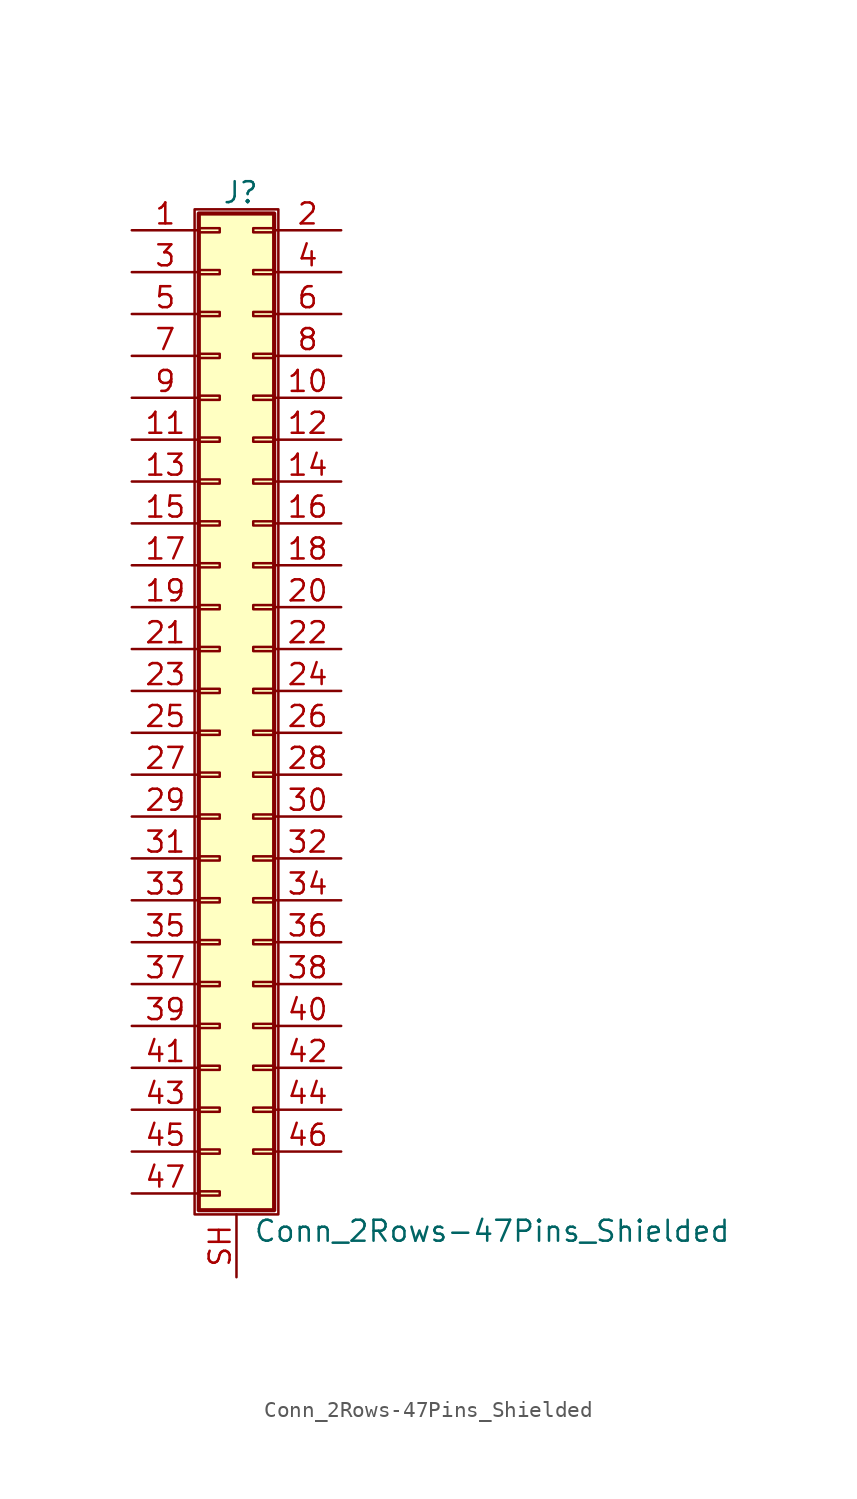
<source format=kicad_sym>
(kicad_symbol_lib
  (version 20200908)
  (generator kicad_symbol_editor)
  (symbol "Connector_Generic_Shielded:Conn_2Rows-47Pins_Shielded"
    (pin_names
      (offset 1.016) hide)
    (property "Reference" "J"
      (at 1.524 30.226 0)
      (effects (font (size 1.27 1.27))))
    (property "Value" "Conn_2Rows-47Pins_Shielded"
      (at 2.286 -32.766 0)
      (effects (font (size 1.27 1.27)) (justify left)))
    (symbol "Conn_2Rows-47Pins_Shielded_1_1"
      (rectangle (start -1.016 -27.813) (end 0.254 -28.067) (stroke (width 0.152)) (fill (type none)))
      (rectangle (start -1.016 -30.353) (end 0.254 -30.607) (stroke (width 0.152)) (fill (type none)))
      (rectangle (start -1.016 -4.953) (end 0.254 -5.207) (stroke (width 0.152)) (fill (type none)))
      (rectangle (start -1.016 -7.493) (end 0.254 -7.747) (stroke (width 0.152)) (fill (type none)))
      (rectangle (start -1.016 -10.033) (end 0.254 -10.287) (stroke (width 0.152)) (fill (type none)))
      (rectangle (start -1.016 -12.573) (end 0.254 -12.827) (stroke (width 0.152)) (fill (type none)))
      (rectangle (start -1.016 -15.113) (end 0.254 -15.367) (stroke (width 0.152)) (fill (type none)))
      (rectangle (start -1.016 -17.653) (end 0.254 -17.907) (stroke (width 0.152)) (fill (type none)))
      (rectangle (start -1.016 -20.193) (end 0.254 -20.447) (stroke (width 0.152)) (fill (type none)))
      (rectangle (start -1.016 -22.733) (end 0.254 -22.987) (stroke (width 0.152)) (fill (type none)))
      (rectangle (start -1.016 -2.413) (end 0.254 -2.667) (stroke (width 0.152)) (fill (type none)))
      (rectangle (start -1.016 -25.273) (end 0.254 -25.527) (stroke (width 0.152)) (fill (type none)))
      (rectangle (start -1.016 25.527) (end 0.254 25.273) (stroke (width 0.152)) (fill (type none)))
      (rectangle (start -1.016 2.667) (end 0.254 2.413) (stroke (width 0.152)) (fill (type none)))
      (rectangle (start -1.016 28.067) (end 0.254 27.813) (stroke (width 0.152)) (fill (type none)))
      (rectangle (start -1.016 28.956) (end 3.556 -31.496) (stroke (width 0.254)) (fill (type background)))
      (rectangle (start -1.016 5.207) (end 0.254 4.953) (stroke (width 0.152)) (fill (type none)))
      (rectangle (start -1.016 7.747) (end 0.254 7.493) (stroke (width 0.152)) (fill (type none)))
      (rectangle (start -1.016 10.287) (end 0.254 10.033) (stroke (width 0.152)) (fill (type none)))
      (rectangle (start -1.016 0.127) (end 0.254 -0.127) (stroke (width 0.152)) (fill (type none)))
      (rectangle (start -1.016 12.827) (end 0.254 12.573) (stroke (width 0.152)) (fill (type none)))
      (rectangle (start -1.016 15.367) (end 0.254 15.113) (stroke (width 0.152)) (fill (type none)))
      (rectangle (start -1.016 17.907) (end 0.254 17.653) (stroke (width 0.152)) (fill (type none)))
      (rectangle (start -1.016 20.447) (end 0.254 20.193) (stroke (width 0.152)) (fill (type none)))
      (rectangle (start -1.016 22.987) (end 0.254 22.733) (stroke (width 0.152)) (fill (type none)))
      (rectangle (start -1.27 29.21) (end 3.81 -31.75) (stroke (width 0.152)) (fill (type none)))
      (rectangle (start 3.556 -27.813) (end 2.286 -28.067) (stroke (width 0.152)) (fill (type none)))
      (rectangle (start 3.556 -4.953) (end 2.286 -5.207) (stroke (width 0.152)) (fill (type none)))
      (rectangle (start 3.556 -7.493) (end 2.286 -7.747) (stroke (width 0.152)) (fill (type none)))
      (rectangle (start 3.556 -10.033) (end 2.286 -10.287) (stroke (width 0.152)) (fill (type none)))
      (rectangle (start 3.556 -12.573) (end 2.286 -12.827) (stroke (width 0.152)) (fill (type none)))
      (rectangle (start 3.556 -15.113) (end 2.286 -15.367) (stroke (width 0.152)) (fill (type none)))
      (rectangle (start 3.556 -17.653) (end 2.286 -17.907) (stroke (width 0.152)) (fill (type none)))
      (rectangle (start 3.556 -20.193) (end 2.286 -20.447) (stroke (width 0.152)) (fill (type none)))
      (rectangle (start 3.556 -22.733) (end 2.286 -22.987) (stroke (width 0.152)) (fill (type none)))
      (rectangle (start 3.556 -2.413) (end 2.286 -2.667) (stroke (width 0.152)) (fill (type none)))
      (rectangle (start 3.556 -25.273) (end 2.286 -25.527) (stroke (width 0.152)) (fill (type none)))
      (rectangle (start 3.556 25.527) (end 2.286 25.273) (stroke (width 0.152)) (fill (type none)))
      (rectangle (start 3.556 2.667) (end 2.286 2.413) (stroke (width 0.152)) (fill (type none)))
      (rectangle (start 3.556 28.067) (end 2.286 27.813) (stroke (width 0.152)) (fill (type none)))
      (rectangle (start 3.556 5.207) (end 2.286 4.953) (stroke (width 0.152)) (fill (type none)))
      (rectangle (start 3.556 7.747) (end 2.286 7.493) (stroke (width 0.152)) (fill (type none)))
      (rectangle (start 3.556 10.287) (end 2.286 10.033) (stroke (width 0.152)) (fill (type none)))
      (rectangle (start 3.556 0.127) (end 2.286 -0.127) (stroke (width 0.152)) (fill (type none)))
      (rectangle (start 3.556 12.827) (end 2.286 12.573) (stroke (width 0.152)) (fill (type none)))
      (rectangle (start 3.556 15.367) (end 2.286 15.113) (stroke (width 0.152)) (fill (type none)))
      (rectangle (start 3.556 17.907) (end 2.286 17.653) (stroke (width 0.152)) (fill (type none)))
      (rectangle (start 3.556 20.447) (end 2.286 20.193) (stroke (width 0.152)) (fill (type none)))
      (rectangle (start 3.556 22.987) (end 2.286 22.733) (stroke (width 0.152)) (fill (type none)))
      (pin passive line (at -5.08 27.94 0) (length 4.064) (name "Pin_1" (effects (font (size 1.27 1.27)))) (number "1" (effects (font (size 1.27 1.27)))))
      (pin passive line (at 7.62 17.78 180) (length 4.064) (name "Pin_10" (effects (font (size 1.27 1.27)))) (number "10" (effects (font (size 1.27 1.27)))))
      (pin passive line (at -5.08 15.24 0) (length 4.064) (name "Pin_11" (effects (font (size 1.27 1.27)))) (number "11" (effects (font (size 1.27 1.27)))))
      (pin passive line (at 7.62 15.24 180) (length 4.064) (name "Pin_12" (effects (font (size 1.27 1.27)))) (number "12" (effects (font (size 1.27 1.27)))))
      (pin passive line (at -5.08 12.7 0) (length 4.064) (name "Pin_13" (effects (font (size 1.27 1.27)))) (number "13" (effects (font (size 1.27 1.27)))))
      (pin passive line (at 7.62 12.7 180) (length 4.064) (name "Pin_14" (effects (font (size 1.27 1.27)))) (number "14" (effects (font (size 1.27 1.27)))))
      (pin passive line (at -5.08 10.16 0) (length 4.064) (name "Pin_15" (effects (font (size 1.27 1.27)))) (number "15" (effects (font (size 1.27 1.27)))))
      (pin passive line (at 7.62 10.16 180) (length 4.064) (name "Pin_16" (effects (font (size 1.27 1.27)))) (number "16" (effects (font (size 1.27 1.27)))))
      (pin passive line (at -5.08 7.62 0) (length 4.064) (name "Pin_17" (effects (font (size 1.27 1.27)))) (number "17" (effects (font (size 1.27 1.27)))))
      (pin passive line (at 7.62 7.62 180) (length 4.064) (name "Pin_18" (effects (font (size 1.27 1.27)))) (number "18" (effects (font (size 1.27 1.27)))))
      (pin passive line (at -5.08 5.08 0) (length 4.064) (name "Pin_19" (effects (font (size 1.27 1.27)))) (number "19" (effects (font (size 1.27 1.27)))))
      (pin passive line (at 7.62 27.94 180) (length 4.064) (name "Pin_2" (effects (font (size 1.27 1.27)))) (number "2" (effects (font (size 1.27 1.27)))))
      (pin passive line (at 7.62 5.08 180) (length 4.064) (name "Pin_20" (effects (font (size 1.27 1.27)))) (number "20" (effects (font (size 1.27 1.27)))))
      (pin passive line (at -5.08 2.54 0) (length 4.064) (name "Pin_21" (effects (font (size 1.27 1.27)))) (number "21" (effects (font (size 1.27 1.27)))))
      (pin passive line (at 7.62 2.54 180) (length 4.064) (name "Pin_22" (effects (font (size 1.27 1.27)))) (number "22" (effects (font (size 1.27 1.27)))))
      (pin passive line (at -5.08 0 0) (length 4.064) (name "Pin_23" (effects (font (size 1.27 1.27)))) (number "23" (effects (font (size 1.27 1.27)))))
      (pin passive line (at 7.62 0 180) (length 4.064) (name "Pin_24" (effects (font (size 1.27 1.27)))) (number "24" (effects (font (size 1.27 1.27)))))
      (pin passive line (at -5.08 -2.54 0) (length 4.064) (name "Pin_25" (effects (font (size 1.27 1.27)))) (number "25" (effects (font (size 1.27 1.27)))))
      (pin passive line (at 7.62 -2.54 180) (length 4.064) (name "Pin_26" (effects (font (size 1.27 1.27)))) (number "26" (effects (font (size 1.27 1.27)))))
      (pin passive line (at -5.08 -5.08 0) (length 4.064) (name "Pin_27" (effects (font (size 1.27 1.27)))) (number "27" (effects (font (size 1.27 1.27)))))
      (pin passive line (at 7.62 -5.08 180) (length 4.064) (name "Pin_28" (effects (font (size 1.27 1.27)))) (number "28" (effects (font (size 1.27 1.27)))))
      (pin passive line (at -5.08 -7.62 0) (length 4.064) (name "Pin_29" (effects (font (size 1.27 1.27)))) (number "29" (effects (font (size 1.27 1.27)))))
      (pin passive line (at -5.08 25.4 0) (length 4.064) (name "Pin_3" (effects (font (size 1.27 1.27)))) (number "3" (effects (font (size 1.27 1.27)))))
      (pin passive line (at 7.62 -7.62 180) (length 4.064) (name "Pin_30" (effects (font (size 1.27 1.27)))) (number "30" (effects (font (size 1.27 1.27)))))
      (pin passive line (at -5.08 -10.16 0) (length 4.064) (name "Pin_31" (effects (font (size 1.27 1.27)))) (number "31" (effects (font (size 1.27 1.27)))))
      (pin passive line (at 7.62 -10.16 180) (length 4.064) (name "Pin_32" (effects (font (size 1.27 1.27)))) (number "32" (effects (font (size 1.27 1.27)))))
      (pin passive line (at -5.08 -12.7 0) (length 4.064) (name "Pin_33" (effects (font (size 1.27 1.27)))) (number "33" (effects (font (size 1.27 1.27)))))
      (pin passive line (at 7.62 -12.7 180) (length 4.064) (name "Pin_34" (effects (font (size 1.27 1.27)))) (number "34" (effects (font (size 1.27 1.27)))))
      (pin passive line (at -5.08 -15.24 0) (length 4.064) (name "Pin_35" (effects (font (size 1.27 1.27)))) (number "35" (effects (font (size 1.27 1.27)))))
      (pin passive line (at 7.62 -15.24 180) (length 4.064) (name "Pin_36" (effects (font (size 1.27 1.27)))) (number "36" (effects (font (size 1.27 1.27)))))
      (pin passive line (at -5.08 -17.78 0) (length 4.064) (name "Pin_37" (effects (font (size 1.27 1.27)))) (number "37" (effects (font (size 1.27 1.27)))))
      (pin passive line (at 7.62 -17.78 180) (length 4.064) (name "Pin_38" (effects (font (size 1.27 1.27)))) (number "38" (effects (font (size 1.27 1.27)))))
      (pin passive line (at -5.08 -20.32 0) (length 4.064) (name "Pin_39" (effects (font (size 1.27 1.27)))) (number "39" (effects (font (size 1.27 1.27)))))
      (pin passive line (at 7.62 25.4 180) (length 4.064) (name "Pin_4" (effects (font (size 1.27 1.27)))) (number "4" (effects (font (size 1.27 1.27)))))
      (pin passive line (at 7.62 -20.32 180) (length 4.064) (name "Pin_40" (effects (font (size 1.27 1.27)))) (number "40" (effects (font (size 1.27 1.27)))))
      (pin passive line (at -5.08 -22.86 0) (length 4.064) (name "Pin_41" (effects (font (size 1.27 1.27)))) (number "41" (effects (font (size 1.27 1.27)))))
      (pin passive line (at 7.62 -22.86 180) (length 4.064) (name "Pin_42" (effects (font (size 1.27 1.27)))) (number "42" (effects (font (size 1.27 1.27)))))
      (pin passive line (at -5.08 -25.4 0) (length 4.064) (name "Pin_43" (effects (font (size 1.27 1.27)))) (number "43" (effects (font (size 1.27 1.27)))))
      (pin passive line (at 7.62 -25.4 180) (length 4.064) (name "Pin_44" (effects (font (size 1.27 1.27)))) (number "44" (effects (font (size 1.27 1.27)))))
      (pin passive line (at -5.08 -27.94 0) (length 4.064) (name "Pin_45" (effects (font (size 1.27 1.27)))) (number "45" (effects (font (size 1.27 1.27)))))
      (pin passive line (at 7.62 -27.94 180) (length 4.064) (name "Pin_46" (effects (font (size 1.27 1.27)))) (number "46" (effects (font (size 1.27 1.27)))))
      (pin passive line (at -5.08 -30.48 0) (length 4.064) (name "Pin_47" (effects (font (size 1.27 1.27)))) (number "47" (effects (font (size 1.27 1.27)))))
      (pin passive line (at -5.08 22.86 0) (length 4.064) (name "Pin_5" (effects (font (size 1.27 1.27)))) (number "5" (effects (font (size 1.27 1.27)))))
      (pin passive line (at 7.62 22.86 180) (length 4.064) (name "Pin_6" (effects (font (size 1.27 1.27)))) (number "6" (effects (font (size 1.27 1.27)))))
      (pin passive line (at -5.08 20.32 0) (length 4.064) (name "Pin_7" (effects (font (size 1.27 1.27)))) (number "7" (effects (font (size 1.27 1.27)))))
      (pin passive line (at 7.62 20.32 180) (length 4.064) (name "Pin_8" (effects (font (size 1.27 1.27)))) (number "8" (effects (font (size 1.27 1.27)))))
      (pin passive line (at -5.08 17.78 0) (length 4.064) (name "Pin_9" (effects (font (size 1.27 1.27)))) (number "9" (effects (font (size 1.27 1.27)))))
      (pin passive line (at 1.27 -35.56 90) (length 3.81) (name "Shield" (effects (font (size 1.27 1.27)))) (number "SH" (effects (font (size 1.27 1.27))))))))
</source>
